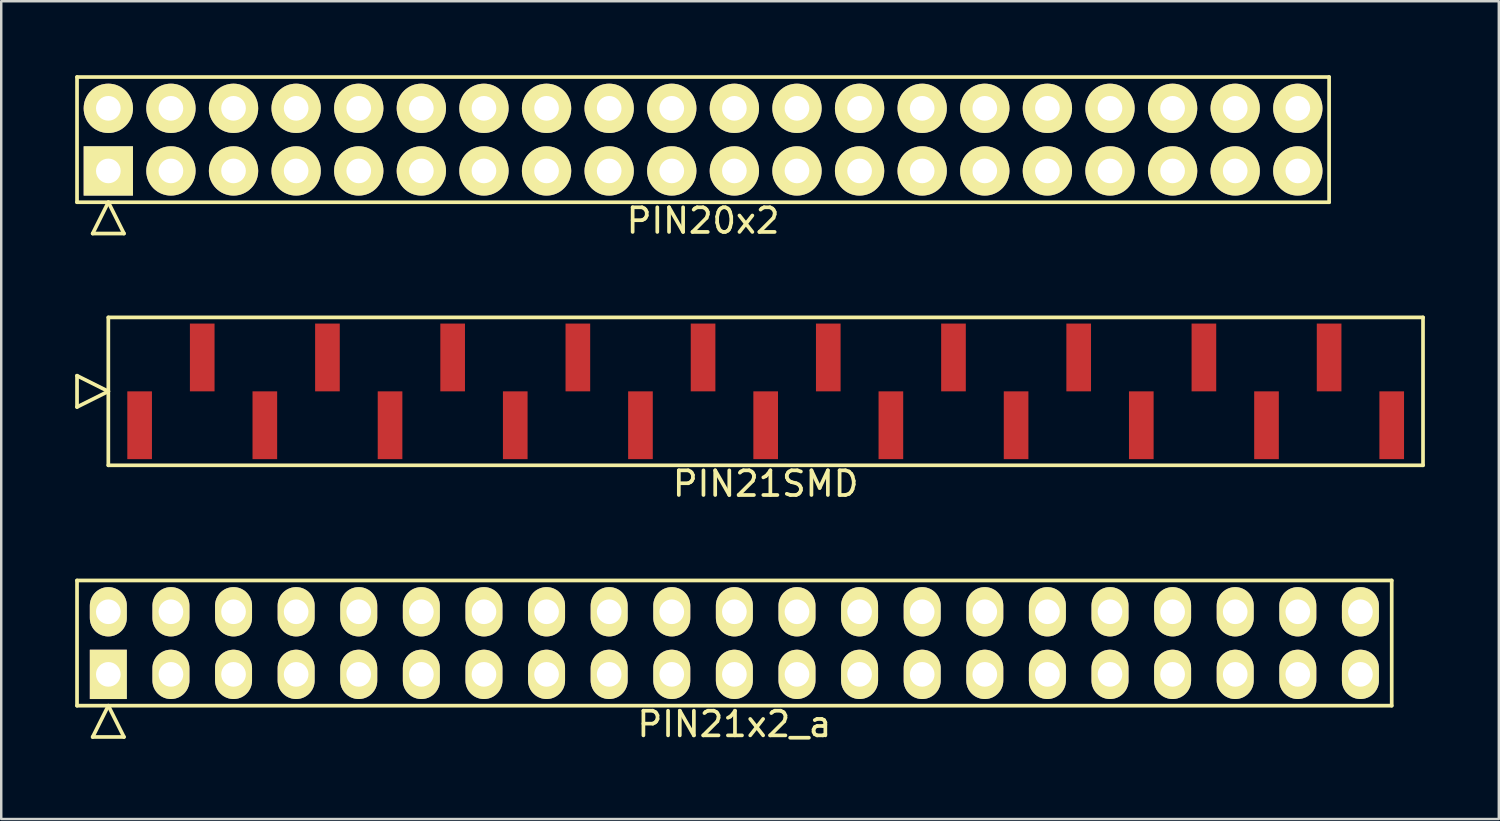
<source format=kicad_pcb>
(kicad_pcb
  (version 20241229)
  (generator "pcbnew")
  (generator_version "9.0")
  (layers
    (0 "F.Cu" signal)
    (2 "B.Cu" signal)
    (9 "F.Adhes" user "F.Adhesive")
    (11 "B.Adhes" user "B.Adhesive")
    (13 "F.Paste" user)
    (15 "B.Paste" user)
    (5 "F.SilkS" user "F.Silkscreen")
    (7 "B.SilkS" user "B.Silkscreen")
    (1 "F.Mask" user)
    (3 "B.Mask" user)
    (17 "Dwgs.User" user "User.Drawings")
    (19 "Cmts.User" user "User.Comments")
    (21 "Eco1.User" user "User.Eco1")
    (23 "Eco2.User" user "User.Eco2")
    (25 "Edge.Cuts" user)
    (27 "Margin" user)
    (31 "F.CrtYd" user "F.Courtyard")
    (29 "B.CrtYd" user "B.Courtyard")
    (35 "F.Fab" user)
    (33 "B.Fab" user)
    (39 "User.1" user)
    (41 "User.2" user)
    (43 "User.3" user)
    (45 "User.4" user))
  (footprint "PIN21x2_a"
    (layer "F.Cu")
    (at 26.745 23.041)
    (property "Reference" "PIN21x2_a" (at 0 3.29 0) (layer "F.SilkS") (effects (font (size 1 1) (thickness 0.15))))
    (attr through_hole)
    (fp_line (start -26.67 -2.54) (end -26.67 2.54) (stroke (width 0.15) (type solid)) (layer "F.SilkS"))
    (fp_line (start -26.67 2.54) (end 26.67 2.54) (stroke (width 0.15) (type solid)) (layer "F.SilkS"))
    (fp_line (start -26.035 3.81) (end -25.4 2.54) (stroke (width 0.15) (type solid)) (layer "F.SilkS"))
    (fp_line (start -26.035 3.81) (end -24.765 3.81) (stroke (width 0.15) (type solid)) (layer "F.SilkS"))
    (fp_line (start -24.765 3.81) (end -25.4 2.54) (stroke (width 0.15) (type solid)) (layer "F.SilkS"))
    (fp_line (start 26.67 -2.54) (end -26.67 -2.54) (stroke (width 0.15) (type solid)) (layer "F.SilkS"))
    (fp_line (start 26.67 2.54) (end 26.67 -2.54) (stroke (width 0.15) (type solid)) (layer "F.SilkS"))
    (pad "1" thru_hole rect (at -25.4 1.27) (size 1.5 2) (drill 1) (layers "*.Cu" "*.Mask" "F.SilkS"))
    (pad "2" thru_hole oval (at -25.4 -1.27) (size 1.5 2) (drill 1) (layers "*.Cu" "*.Mask" "F.SilkS"))
    (pad "3" thru_hole oval (at -22.86 1.27) (size 1.5 2) (drill 1) (layers "*.Cu" "*.Mask" "F.SilkS"))
    (pad "4" thru_hole oval (at -22.86 -1.27) (size 1.5 2) (drill 1) (layers "*.Cu" "*.Mask" "F.SilkS"))
    (pad "5" thru_hole oval (at -20.32 1.27) (size 1.5 2) (drill 1) (layers "*.Cu" "*.Mask" "F.SilkS"))
    (pad "6" thru_hole oval (at -20.32 -1.27) (size 1.5 2) (drill 1) (layers "*.Cu" "*.Mask" "F.SilkS"))
    (pad "7" thru_hole oval (at -17.78 1.27) (size 1.5 2) (drill 1) (layers "*.Cu" "*.Mask" "F.SilkS"))
    (pad "8" thru_hole oval (at -17.78 -1.27) (size 1.5 2) (drill 1) (layers "*.Cu" "*.Mask" "F.SilkS"))
    (pad "9" thru_hole oval (at -15.24 1.27) (size 1.5 2) (drill 1) (layers "*.Cu" "*.Mask" "F.SilkS"))
    (pad "10" thru_hole oval (at -15.24 -1.27) (size 1.5 2) (drill 1) (layers "*.Cu" "*.Mask" "F.SilkS"))
    (pad "11" thru_hole oval (at -12.7 1.27) (size 1.5 2) (drill 1) (layers "*.Cu" "*.Mask" "F.SilkS"))
    (pad "12" thru_hole oval (at -12.7 -1.27) (size 1.5 2) (drill 1) (layers "*.Cu" "*.Mask" "F.SilkS"))
    (pad "13" thru_hole oval (at -10.16 1.27) (size 1.5 2) (drill 1) (layers "*.Cu" "*.Mask" "F.SilkS"))
    (pad "14" thru_hole oval (at -10.16 -1.27) (size 1.5 2) (drill 1) (layers "*.Cu" "*.Mask" "F.SilkS"))
    (pad "15" thru_hole oval (at -7.62 1.27) (size 1.5 2) (drill 1) (layers "*.Cu" "*.Mask" "F.SilkS"))
    (pad "16" thru_hole oval (at -7.62 -1.27) (size 1.5 2) (drill 1) (layers "*.Cu" "*.Mask" "F.SilkS"))
    (pad "17" thru_hole oval (at -5.08 1.27) (size 1.5 2) (drill 1) (layers "*.Cu" "*.Mask" "F.SilkS"))
    (pad "18" thru_hole oval (at -5.08 -1.27) (size 1.5 2) (drill 1) (layers "*.Cu" "*.Mask" "F.SilkS"))
    (pad "19" thru_hole oval (at -2.54 1.27) (size 1.5 2) (drill 1) (layers "*.Cu" "*.Mask" "F.SilkS"))
    (pad "20" thru_hole oval (at -2.54 -1.27) (size 1.5 2) (drill 1) (layers "*.Cu" "*.Mask" "F.SilkS"))
    (pad "21" thru_hole oval (at 0 1.27) (size 1.5 2) (drill 1) (layers "*.Cu" "*.Mask" "F.SilkS"))
    (pad "22" thru_hole oval (at 0 -1.27) (size 1.5 2) (drill 1) (layers "*.Cu" "*.Mask" "F.SilkS"))
    (pad "23" thru_hole oval (at 2.54 1.27) (size 1.5 2) (drill 1) (layers "*.Cu" "*.Mask" "F.SilkS"))
    (pad "24" thru_hole oval (at 2.54 -1.27) (size 1.5 2) (drill 1) (layers "*.Cu" "*.Mask" "F.SilkS"))
    (pad "25" thru_hole oval (at 5.08 1.27) (size 1.5 2) (drill 1) (layers "*.Cu" "*.Mask" "F.SilkS"))
    (pad "26" thru_hole oval (at 5.08 -1.27) (size 1.5 2) (drill 1) (layers "*.Cu" "*.Mask" "F.SilkS"))
    (pad "27" thru_hole oval (at 7.62 1.27) (size 1.5 2) (drill 1) (layers "*.Cu" "*.Mask" "F.SilkS"))
    (pad "28" thru_hole oval (at 7.62 -1.27) (size 1.5 2) (drill 1) (layers "*.Cu" "*.Mask" "F.SilkS"))
    (pad "29" thru_hole oval (at 10.16 1.27) (size 1.5 2) (drill 1) (layers "*.Cu" "*.Mask" "F.SilkS"))
    (pad "30" thru_hole oval (at 10.16 -1.27) (size 1.5 2) (drill 1) (layers "*.Cu" "*.Mask" "F.SilkS"))
    (pad "31" thru_hole oval (at 12.7 1.27) (size 1.5 2) (drill 1) (layers "*.Cu" "*.Mask" "F.SilkS"))
    (pad "32" thru_hole oval (at 12.7 -1.27) (size 1.5 2) (drill 1) (layers "*.Cu" "*.Mask" "F.SilkS"))
    (pad "33" thru_hole oval (at 15.24 1.27) (size 1.5 2) (drill 1) (layers "*.Cu" "*.Mask" "F.SilkS"))
    (pad "34" thru_hole oval (at 15.24 -1.27) (size 1.5 2) (drill 1) (layers "*.Cu" "*.Mask" "F.SilkS"))
    (pad "35" thru_hole oval (at 17.78 1.27) (size 1.5 2) (drill 1) (layers "*.Cu" "*.Mask" "F.SilkS"))
    (pad "36" thru_hole oval (at 17.78 -1.27) (size 1.5 2) (drill 1) (layers "*.Cu" "*.Mask" "F.SilkS"))
    (pad "37" thru_hole oval (at 20.32 1.27) (size 1.5 2) (drill 1) (layers "*.Cu" "*.Mask" "F.SilkS"))
    (pad "38" thru_hole oval (at 20.32 -1.27) (size 1.5 2) (drill 1) (layers "*.Cu" "*.Mask" "F.SilkS"))
    (pad "39" thru_hole oval (at 22.86 1.27) (size 1.5 2) (drill 1) (layers "*.Cu" "*.Mask" "F.SilkS"))
    (pad "40" thru_hole oval (at 22.86 -1.27) (size 1.5 2) (drill 1) (layers "*.Cu" "*.Mask" "F.SilkS"))
    (pad "41" thru_hole oval (at 25.4 1.27) (size 1.5 2) (drill 1) (layers "*.Cu" "*.Mask" "F.SilkS"))
    (pad "42" thru_hole oval (at 25.4 -1.27) (size 1.5 2) (drill 1) (layers "*.Cu" "*.Mask" "F.SilkS")))
  (footprint "PIN21SMD"
    (layer "F.Cu")
    (at 28.015 12.828)
    (property "Reference" "PIN21SMD" (at 0 3.75 0) (layer "F.SilkS") (effects (font (size 1 1) (thickness 0.15))))
    (attr through_hole)
    (fp_line (start -27.94 0.635) (end -27.94 -0.635) (stroke (width 0.15) (type solid)) (layer "F.SilkS"))
    (fp_line (start -26.67 -3) (end -26.67 3) (stroke (width 0.15) (type solid)) (layer "F.SilkS"))
    (fp_line (start -26.67 0) (end -27.94 -0.635) (stroke (width 0.15) (type solid)) (layer "F.SilkS"))
    (fp_line (start -26.67 0) (end -27.94 0.635) (stroke (width 0.15) (type solid)) (layer "F.SilkS"))
    (fp_line (start -26.67 3) (end 26.67 3) (stroke (width 0.15) (type solid)) (layer "F.SilkS"))
    (fp_line (start 26.67 -3) (end -26.67 -3) (stroke (width 0.15) (type solid)) (layer "F.SilkS"))
    (fp_line (start 26.67 3) (end 26.67 -3) (stroke (width 0.15) (type solid)) (layer "F.SilkS"))
    (pad "1" smd rect (at -25.4 1.375) (size 1 2.75) (layers "F.Cu" "F.Mask" "F.Paste"))
    (pad "2" smd rect (at -22.86 -1.375) (size 1 2.75) (layers "F.Cu" "F.Mask" "F.Paste"))
    (pad "3" smd rect (at -20.32 1.375) (size 1 2.75) (layers "F.Cu" "F.Mask" "F.Paste"))
    (pad "4" smd rect (at -17.78 -1.375) (size 1 2.75) (layers "F.Cu" "F.Mask" "F.Paste"))
    (pad "5" smd rect (at -15.24 1.375) (size 1 2.75) (layers "F.Cu" "F.Mask" "F.Paste"))
    (pad "6" smd rect (at -12.7 -1.375) (size 1 2.75) (layers "F.Cu" "F.Mask" "F.Paste"))
    (pad "7" smd rect (at -10.16 1.375) (size 1 2.75) (layers "F.Cu" "F.Mask" "F.Paste"))
    (pad "8" smd rect (at -7.62 -1.375) (size 1 2.75) (layers "F.Cu" "F.Mask" "F.Paste"))
    (pad "9" smd rect (at -5.08 1.375) (size 1 2.75) (layers "F.Cu" "F.Mask" "F.Paste"))
    (pad "10" smd rect (at -2.54 -1.375) (size 1 2.75) (layers "F.Cu" "F.Mask" "F.Paste"))
    (pad "11" smd rect (at 0 1.375) (size 1 2.75) (layers "F.Cu" "F.Mask" "F.Paste"))
    (pad "12" smd rect (at 2.54 -1.375) (size 1 2.75) (layers "F.Cu" "F.Mask" "F.Paste"))
    (pad "13" smd rect (at 5.08 1.375) (size 1 2.75) (layers "F.Cu" "F.Mask" "F.Paste"))
    (pad "14" smd rect (at 7.62 -1.375) (size 1 2.75) (layers "F.Cu" "F.Mask" "F.Paste"))
    (pad "15" smd rect (at 10.16 1.375) (size 1 2.75) (layers "F.Cu" "F.Mask" "F.Paste"))
    (pad "16" smd rect (at 12.7 -1.375) (size 1 2.75) (layers "F.Cu" "F.Mask" "F.Paste"))
    (pad "17" smd rect (at 15.24 1.375) (size 1 2.75) (layers "F.Cu" "F.Mask" "F.Paste"))
    (pad "18" smd rect (at 17.78 -1.375) (size 1 2.75) (layers "F.Cu" "F.Mask" "F.Paste"))
    (pad "19" smd rect (at 20.32 1.375) (size 1 2.75) (layers "F.Cu" "F.Mask" "F.Paste"))
    (pad "20" smd rect (at 22.86 -1.375) (size 1 2.75) (layers "F.Cu" "F.Mask" "F.Paste"))
    (pad "21" smd rect (at 25.4 1.375) (size 1 2.75) (layers "F.Cu" "F.Mask" "F.Paste")))
  (footprint "PIN20x2"
    (layer "F.Cu")
    (at 25.475 2.615)
    (property "Reference" "PIN20x2" (at 0 3.29 0) (layer "F.SilkS") (effects (font (size 1 1) (thickness 0.15))))
    (attr through_hole)
    (fp_line (start -25.4 -2.54) (end -25.4 2.54) (stroke (width 0.15) (type solid)) (layer "F.SilkS"))
    (fp_line (start -25.4 2.54) (end 25.4 2.54) (stroke (width 0.15) (type solid)) (layer "F.SilkS"))
    (fp_line (start -24.765 3.81) (end -24.13 2.54) (stroke (width 0.15) (type solid)) (layer "F.SilkS"))
    (fp_line (start -24.765 3.81) (end -23.495 3.81) (stroke (width 0.15) (type solid)) (layer "F.SilkS"))
    (fp_line (start -23.495 3.81) (end -24.13 2.54) (stroke (width 0.15) (type solid)) (layer "F.SilkS"))
    (fp_line (start 25.4 -2.54) (end -25.4 -2.54) (stroke (width 0.15) (type solid)) (layer "F.SilkS"))
    (fp_line (start 25.4 2.54) (end 25.4 -2.54) (stroke (width 0.15) (type solid)) (layer "F.SilkS"))
    (pad "1" thru_hole rect (at -24.13 1.27) (size 2 2) (drill 1) (layers "*.Cu" "*.Mask" "F.SilkS"))
    (pad "2" thru_hole oval (at -24.13 -1.27) (size 2 2) (drill 1) (layers "*.Cu" "*.Mask" "F.SilkS"))
    (pad "3" thru_hole oval (at -21.59 1.27) (size 2 2) (drill 1) (layers "*.Cu" "*.Mask" "F.SilkS"))
    (pad "4" thru_hole oval (at -21.59 -1.27) (size 2 2) (drill 1) (layers "*.Cu" "*.Mask" "F.SilkS"))
    (pad "5" thru_hole oval (at -19.05 1.27) (size 2 2) (drill 1) (layers "*.Cu" "*.Mask" "F.SilkS"))
    (pad "6" thru_hole oval (at -19.05 -1.27) (size 2 2) (drill 1) (layers "*.Cu" "*.Mask" "F.SilkS"))
    (pad "7" thru_hole oval (at -16.51 1.27) (size 2 2) (drill 1) (layers "*.Cu" "*.Mask" "F.SilkS"))
    (pad "8" thru_hole oval (at -16.51 -1.27) (size 2 2) (drill 1) (layers "*.Cu" "*.Mask" "F.SilkS"))
    (pad "9" thru_hole oval (at -13.97 1.27) (size 2 2) (drill 1) (layers "*.Cu" "*.Mask" "F.SilkS"))
    (pad "10" thru_hole oval (at -13.97 -1.27) (size 2 2) (drill 1) (layers "*.Cu" "*.Mask" "F.SilkS"))
    (pad "11" thru_hole oval (at -11.43 1.27) (size 2 2) (drill 1) (layers "*.Cu" "*.Mask" "F.SilkS"))
    (pad "12" thru_hole oval (at -11.43 -1.27) (size 2 2) (drill 1) (layers "*.Cu" "*.Mask" "F.SilkS"))
    (pad "13" thru_hole oval (at -8.89 1.27) (size 2 2) (drill 1) (layers "*.Cu" "*.Mask" "F.SilkS"))
    (pad "14" thru_hole oval (at -8.89 -1.27) (size 2 2) (drill 1) (layers "*.Cu" "*.Mask" "F.SilkS"))
    (pad "15" thru_hole oval (at -6.35 1.27) (size 2 2) (drill 1) (layers "*.Cu" "*.Mask" "F.SilkS"))
    (pad "16" thru_hole oval (at -6.35 -1.27) (size 2 2) (drill 1) (layers "*.Cu" "*.Mask" "F.SilkS"))
    (pad "17" thru_hole oval (at -3.81 1.27) (size 2 2) (drill 1) (layers "*.Cu" "*.Mask" "F.SilkS"))
    (pad "18" thru_hole oval (at -3.81 -1.27) (size 2 2) (drill 1) (layers "*.Cu" "*.Mask" "F.SilkS"))
    (pad "19" thru_hole oval (at -1.27 1.27) (size 2 2) (drill 1) (layers "*.Cu" "*.Mask" "F.SilkS"))
    (pad "20" thru_hole oval (at -1.27 -1.27) (size 2 2) (drill 1) (layers "*.Cu" "*.Mask" "F.SilkS"))
    (pad "21" thru_hole oval (at 1.27 1.27) (size 2 2) (drill 1) (layers "*.Cu" "*.Mask" "F.SilkS"))
    (pad "22" thru_hole oval (at 1.27 -1.27) (size 2 2) (drill 1) (layers "*.Cu" "*.Mask" "F.SilkS"))
    (pad "23" thru_hole oval (at 3.81 1.27) (size 2 2) (drill 1) (layers "*.Cu" "*.Mask" "F.SilkS"))
    (pad "24" thru_hole oval (at 3.81 -1.27) (size 2 2) (drill 1) (layers "*.Cu" "*.Mask" "F.SilkS"))
    (pad "25" thru_hole oval (at 6.35 1.27) (size 2 2) (drill 1) (layers "*.Cu" "*.Mask" "F.SilkS"))
    (pad "26" thru_hole oval (at 6.35 -1.27) (size 2 2) (drill 1) (layers "*.Cu" "*.Mask" "F.SilkS"))
    (pad "27" thru_hole oval (at 8.89 1.27) (size 2 2) (drill 1) (layers "*.Cu" "*.Mask" "F.SilkS"))
    (pad "28" thru_hole oval (at 8.89 -1.27) (size 2 2) (drill 1) (layers "*.Cu" "*.Mask" "F.SilkS"))
    (pad "29" thru_hole oval (at 11.43 1.27) (size 2 2) (drill 1) (layers "*.Cu" "*.Mask" "F.SilkS"))
    (pad "30" thru_hole oval (at 11.43 -1.27) (size 2 2) (drill 1) (layers "*.Cu" "*.Mask" "F.SilkS"))
    (pad "31" thru_hole oval (at 13.97 1.27) (size 2 2) (drill 1) (layers "*.Cu" "*.Mask" "F.SilkS"))
    (pad "32" thru_hole oval (at 13.97 -1.27) (size 2 2) (drill 1) (layers "*.Cu" "*.Mask" "F.SilkS"))
    (pad "33" thru_hole oval (at 16.51 1.27) (size 2 2) (drill 1) (layers "*.Cu" "*.Mask" "F.SilkS"))
    (pad "34" thru_hole oval (at 16.51 -1.27) (size 2 2) (drill 1) (layers "*.Cu" "*.Mask" "F.SilkS"))
    (pad "35" thru_hole oval (at 19.05 1.27) (size 2 2) (drill 1) (layers "*.Cu" "*.Mask" "F.SilkS"))
    (pad "36" thru_hole oval (at 19.05 -1.27) (size 2 2) (drill 1) (layers "*.Cu" "*.Mask" "F.SilkS"))
    (pad "37" thru_hole oval (at 21.59 1.27) (size 2 2) (drill 1) (layers "*.Cu" "*.Mask" "F.SilkS"))
    (pad "38" thru_hole oval (at 21.59 -1.27) (size 2 2) (drill 1) (layers "*.Cu" "*.Mask" "F.SilkS"))
    (pad "39" thru_hole oval (at 24.13 1.27) (size 2 2) (drill 1) (layers "*.Cu" "*.Mask" "F.SilkS"))
    (pad "40" thru_hole oval (at 24.13 -1.27) (size 2 2) (drill 1) (layers "*.Cu" "*.Mask" "F.SilkS")))
  (gr_rect
    (start -3 -3)
    (end 57.76 30.18)
    (stroke (width 0.1) (type default))
    (fill no)
    (layer "Edge.Cuts")))
</source>
